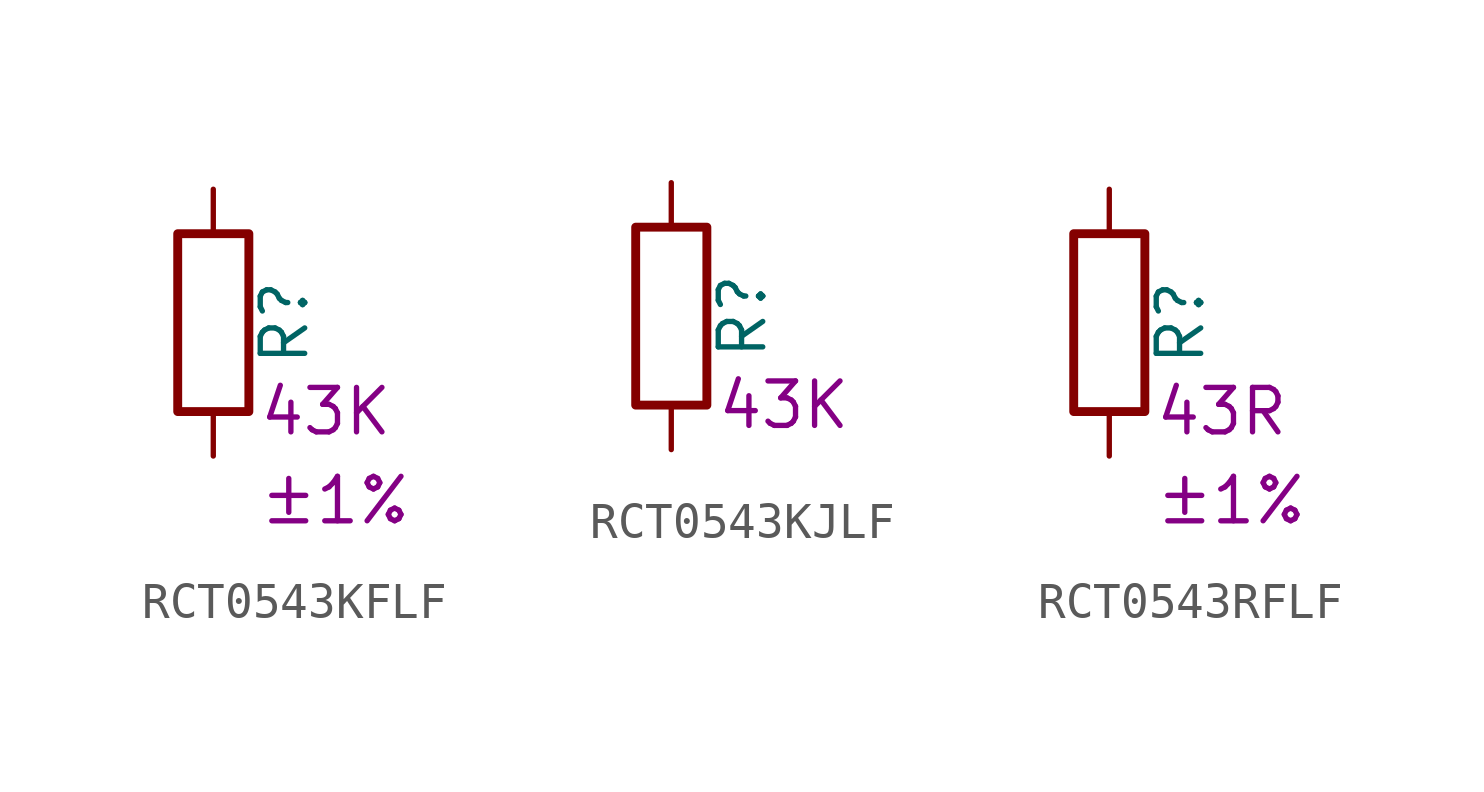
<source format=kicad_sym>
(kicad_symbol_lib
  (version 20220914)
  (generator kicad_symbol_editor)
  (symbol "RCT0543KFLF"
    (pin_numbers hide)
    (pin_names
      (offset 0))
    (property "Reference" "R"
      (at 2.032 0 90)
      (effects (font (size 1.27 1.27))))
    (property "Resistance" "43K"
      (at 1.27 -2.54 0)
      (effects (font (size 1.27 1.27)) (justify left)))
    (property "Tolerance" "±1%"
      (at 1.27 -5.08 0)
      (effects (font (size 1.27 1.27)) (justify left)))
    (symbol "RCT0543KFLF_0_1"
      (rectangle (start -1.016 -2.54) (end 1.016 2.54) (stroke (width 0.254) (type default)) (fill (type none))))
    (symbol "RCT0543KFLF_1_1"
      (pin passive line (at 0 3.81 270) (length 1.27) (name "~" (effects (font (size 1.27 1.27)))) (number "1" (effects (font (size 1.27 1.27)))))
      (pin passive line (at 0 -3.81 90) (length 1.27) (name "~" (effects (font (size 1.27 1.27)))) (number "2" (effects (font (size 1.27 1.27)))))))
  (symbol "RCT0543KJLF"
    (pin_numbers hide)
    (pin_names
      (offset 0))
    (property "Reference" "R"
      (at 2.032 0 90)
      (effects (font (size 1.27 1.27))))
    (property "Resistance" "43K"
      (at 1.27 -2.54 0)
      (effects (font (size 1.27 1.27)) (justify left)))
    (symbol "RCT0543KJLF_0_1"
      (rectangle (start -1.016 -2.54) (end 1.016 2.54) (stroke (width 0.254) (type default)) (fill (type none))))
    (symbol "RCT0543KJLF_1_1"
      (pin passive line (at 0 3.81 270) (length 1.27) (name "~" (effects (font (size 1.27 1.27)))) (number "1" (effects (font (size 1.27 1.27)))))
      (pin passive line (at 0 -3.81 90) (length 1.27) (name "~" (effects (font (size 1.27 1.27)))) (number "2" (effects (font (size 1.27 1.27)))))))
  (symbol "RCT0543RFLF"
    (pin_numbers hide)
    (pin_names
      (offset 0))
    (property "Reference" "R"
      (at 2.032 0 90)
      (effects (font (size 1.27 1.27))))
    (property "Resistance" "43R"
      (at 1.27 -2.54 0)
      (effects (font (size 1.27 1.27)) (justify left)))
    (property "Tolerance" "±1%"
      (at 1.27 -5.08 0)
      (effects (font (size 1.27 1.27)) (justify left)))
    (symbol "RCT0543RFLF_0_1"
      (rectangle (start -1.016 -2.54) (end 1.016 2.54) (stroke (width 0.254) (type default)) (fill (type none))))
    (symbol "RCT0543RFLF_1_1"
      (pin passive line (at 0 3.81 270) (length 1.27) (name "~" (effects (font (size 1.27 1.27)))) (number "1" (effects (font (size 1.27 1.27)))))
      (pin passive line (at 0 -3.81 90) (length 1.27) (name "~" (effects (font (size 1.27 1.27)))) (number "2" (effects (font (size 1.27 1.27))))))))
</source>
